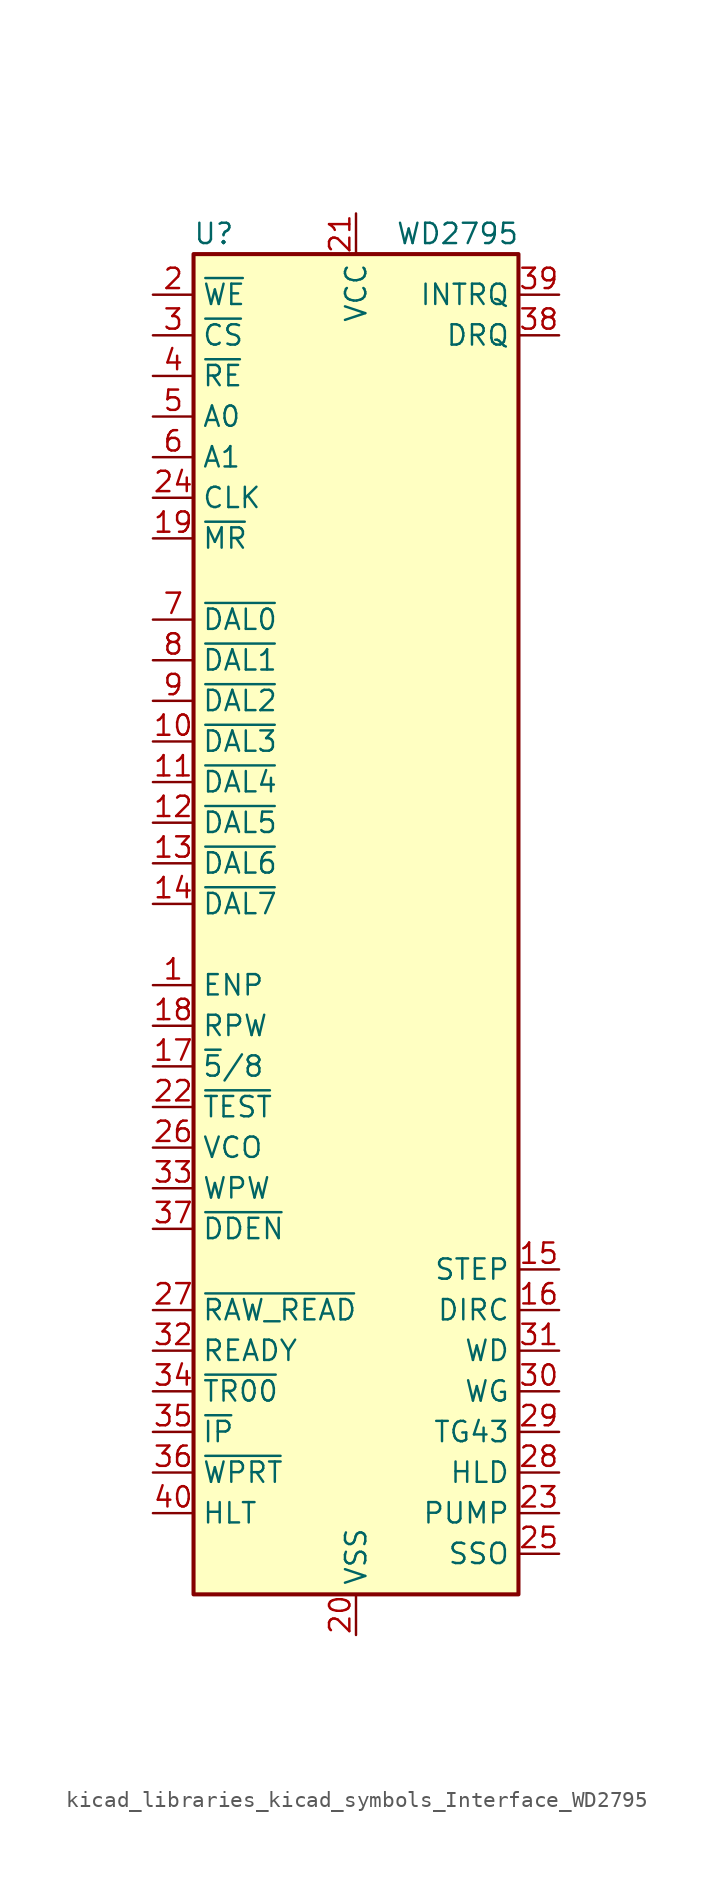
<source format=kicad_sym>
(kicad_symbol_lib
  (version 20220914)
  (generator kicad_symbol_editor)
  (symbol "kicad_libraries_kicad_symbols_Interface_WD2795"
    (property "Reference" "U"
      (at -8.89 44.45 0)
      (effects (font (size 1.27 1.27))))
    (property "Value" "WD2795"
      (at 6.35 44.45 0)
      (effects (font (size 1.27 1.27))))
    (symbol "kicad_libraries_kicad_symbols_Interface_WD2795_0_1"
      (rectangle (start -10.16 43.18) (end 10.16 -40.64) (stroke (width 0.254) (type default)) (fill (type background))))
    (symbol "kicad_libraries_kicad_symbols_Interface_WD2795_1_1"
      (pin input line (at -12.7 -2.54 0) (length 2.54) (name "ENP" (effects (font (size 1.27 1.27)))) (number "1" (effects (font (size 1.27 1.27)))))
      (pin tri_state line (at -12.7 12.7 0) (length 2.54) (name "~{DAL3}" (effects (font (size 1.27 1.27)))) (number "10" (effects (font (size 1.27 1.27)))))
      (pin tri_state line (at -12.7 10.16 0) (length 2.54) (name "~{DAL4}" (effects (font (size 1.27 1.27)))) (number "11" (effects (font (size 1.27 1.27)))))
      (pin tri_state line (at -12.7 7.62 0) (length 2.54) (name "~{DAL5}" (effects (font (size 1.27 1.27)))) (number "12" (effects (font (size 1.27 1.27)))))
      (pin tri_state line (at -12.7 5.08 0) (length 2.54) (name "~{DAL6}" (effects (font (size 1.27 1.27)))) (number "13" (effects (font (size 1.27 1.27)))))
      (pin tri_state line (at -12.7 2.54 0) (length 2.54) (name "~{DAL7}" (effects (font (size 1.27 1.27)))) (number "14" (effects (font (size 1.27 1.27)))))
      (pin output line (at 12.7 -20.32 180) (length 2.54) (name "STEP" (effects (font (size 1.27 1.27)))) (number "15" (effects (font (size 1.27 1.27)))))
      (pin output line (at 12.7 -22.86 180) (length 2.54) (name "DIRC" (effects (font (size 1.27 1.27)))) (number "16" (effects (font (size 1.27 1.27)))))
      (pin input line (at -12.7 -7.62 0) (length 2.54) (name "~{5}/8" (effects (font (size 1.27 1.27)))) (number "17" (effects (font (size 1.27 1.27)))))
      (pin input line (at -12.7 -5.08 0) (length 2.54) (name "RPW" (effects (font (size 1.27 1.27)))) (number "18" (effects (font (size 1.27 1.27)))))
      (pin input line (at -12.7 25.4 0) (length 2.54) (name "~{MR}" (effects (font (size 1.27 1.27)))) (number "19" (effects (font (size 1.27 1.27)))))
      (pin input line (at -12.7 40.64 0) (length 2.54) (name "~{WE}" (effects (font (size 1.27 1.27)))) (number "2" (effects (font (size 1.27 1.27)))))
      (pin power_in line (at 0 -43.18 90) (length 2.54) (name "VSS" (effects (font (size 1.27 1.27)))) (number "20" (effects (font (size 1.27 1.27)))))
      (pin power_in line (at 0 45.72 270) (length 2.54) (name "VCC" (effects (font (size 1.27 1.27)))) (number "21" (effects (font (size 1.27 1.27)))))
      (pin input line (at -12.7 -10.16 0) (length 2.54) (name "~{TEST}" (effects (font (size 1.27 1.27)))) (number "22" (effects (font (size 1.27 1.27)))))
      (pin output line (at 12.7 -35.56 180) (length 2.54) (name "PUMP" (effects (font (size 1.27 1.27)))) (number "23" (effects (font (size 1.27 1.27)))))
      (pin input line (at -12.7 27.94 0) (length 2.54) (name "CLK" (effects (font (size 1.27 1.27)))) (number "24" (effects (font (size 1.27 1.27)))))
      (pin output line (at 12.7 -38.1 180) (length 2.54) (name "SSO" (effects (font (size 1.27 1.27)))) (number "25" (effects (font (size 1.27 1.27)))))
      (pin input line (at -12.7 -12.7 0) (length 2.54) (name "VCO" (effects (font (size 1.27 1.27)))) (number "26" (effects (font (size 1.27 1.27)))))
      (pin input line (at -12.7 -22.86 0) (length 2.54) (name "~{RAW_READ}" (effects (font (size 1.27 1.27)))) (number "27" (effects (font (size 1.27 1.27)))))
      (pin output line (at 12.7 -33.02 180) (length 2.54) (name "HLD" (effects (font (size 1.27 1.27)))) (number "28" (effects (font (size 1.27 1.27)))))
      (pin output line (at 12.7 -30.48 180) (length 2.54) (name "TG43" (effects (font (size 1.27 1.27)))) (number "29" (effects (font (size 1.27 1.27)))))
      (pin input line (at -12.7 38.1 0) (length 2.54) (name "~{CS}" (effects (font (size 1.27 1.27)))) (number "3" (effects (font (size 1.27 1.27)))))
      (pin output line (at 12.7 -27.94 180) (length 2.54) (name "WG" (effects (font (size 1.27 1.27)))) (number "30" (effects (font (size 1.27 1.27)))))
      (pin output line (at 12.7 -25.4 180) (length 2.54) (name "WD" (effects (font (size 1.27 1.27)))) (number "31" (effects (font (size 1.27 1.27)))))
      (pin input line (at -12.7 -25.4 0) (length 2.54) (name "READY" (effects (font (size 1.27 1.27)))) (number "32" (effects (font (size 1.27 1.27)))))
      (pin input line (at -12.7 -15.24 0) (length 2.54) (name "WPW" (effects (font (size 1.27 1.27)))) (number "33" (effects (font (size 1.27 1.27)))))
      (pin input line (at -12.7 -27.94 0) (length 2.54) (name "~{TR00}" (effects (font (size 1.27 1.27)))) (number "34" (effects (font (size 1.27 1.27)))))
      (pin input line (at -12.7 -30.48 0) (length 2.54) (name "~{IP}" (effects (font (size 1.27 1.27)))) (number "35" (effects (font (size 1.27 1.27)))))
      (pin input line (at -12.7 -33.02 0) (length 2.54) (name "~{WPRT}" (effects (font (size 1.27 1.27)))) (number "36" (effects (font (size 1.27 1.27)))))
      (pin input line (at -12.7 -17.78 0) (length 2.54) (name "~{DDEN}" (effects (font (size 1.27 1.27)))) (number "37" (effects (font (size 1.27 1.27)))))
      (pin output line (at 12.7 38.1 180) (length 2.54) (name "DRQ" (effects (font (size 1.27 1.27)))) (number "38" (effects (font (size 1.27 1.27)))))
      (pin output line (at 12.7 40.64 180) (length 2.54) (name "INTRQ" (effects (font (size 1.27 1.27)))) (number "39" (effects (font (size 1.27 1.27)))))
      (pin input line (at -12.7 35.56 0) (length 2.54) (name "~{RE}" (effects (font (size 1.27 1.27)))) (number "4" (effects (font (size 1.27 1.27)))))
      (pin input line (at -12.7 -35.56 0) (length 2.54) (name "HLT" (effects (font (size 1.27 1.27)))) (number "40" (effects (font (size 1.27 1.27)))))
      (pin input line (at -12.7 33.02 0) (length 2.54) (name "A0" (effects (font (size 1.27 1.27)))) (number "5" (effects (font (size 1.27 1.27)))))
      (pin input line (at -12.7 30.48 0) (length 2.54) (name "A1" (effects (font (size 1.27 1.27)))) (number "6" (effects (font (size 1.27 1.27)))))
      (pin tri_state line (at -12.7 20.32 0) (length 2.54) (name "~{DAL0}" (effects (font (size 1.27 1.27)))) (number "7" (effects (font (size 1.27 1.27)))))
      (pin tri_state line (at -12.7 17.78 0) (length 2.54) (name "~{DAL1}" (effects (font (size 1.27 1.27)))) (number "8" (effects (font (size 1.27 1.27)))))
      (pin tri_state line (at -12.7 15.24 0) (length 2.54) (name "~{DAL2}" (effects (font (size 1.27 1.27)))) (number "9" (effects (font (size 1.27 1.27))))))))
</source>
